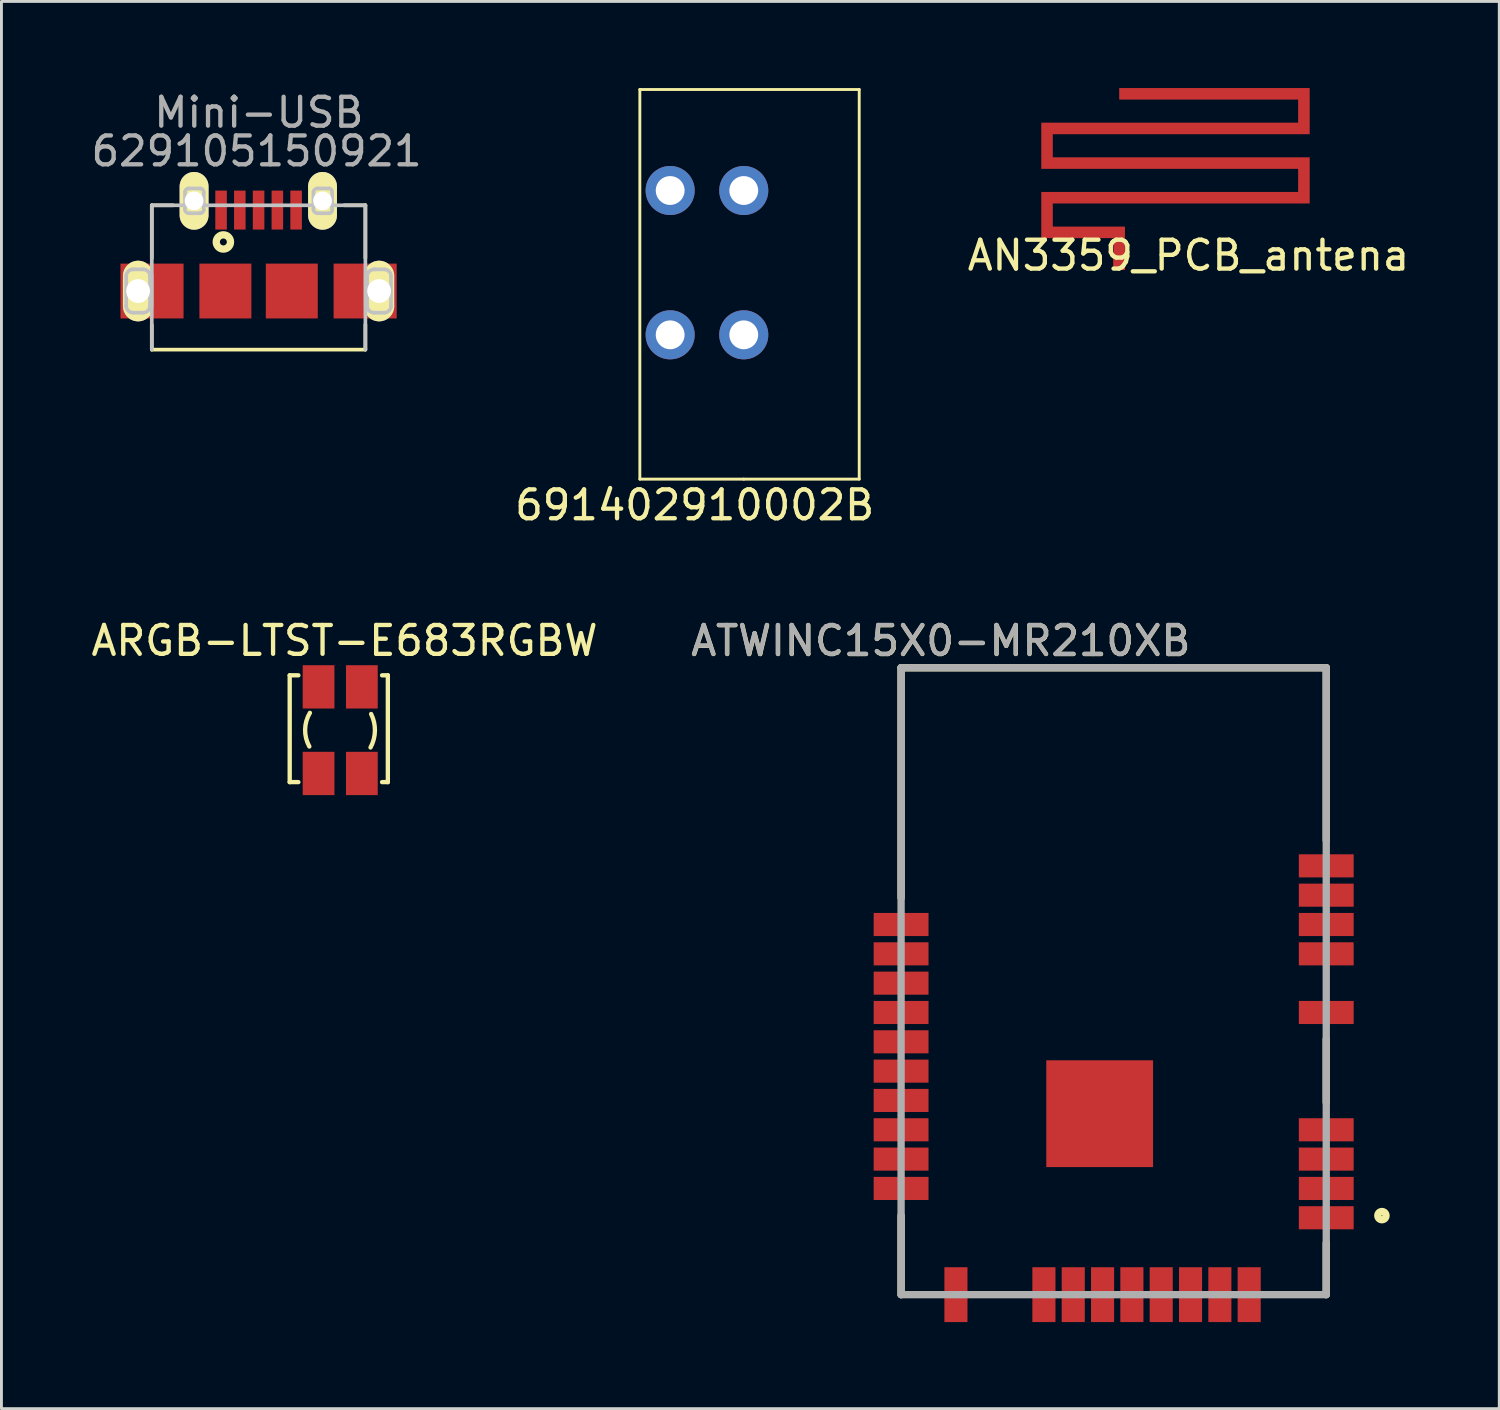
<source format=kicad_pcb>
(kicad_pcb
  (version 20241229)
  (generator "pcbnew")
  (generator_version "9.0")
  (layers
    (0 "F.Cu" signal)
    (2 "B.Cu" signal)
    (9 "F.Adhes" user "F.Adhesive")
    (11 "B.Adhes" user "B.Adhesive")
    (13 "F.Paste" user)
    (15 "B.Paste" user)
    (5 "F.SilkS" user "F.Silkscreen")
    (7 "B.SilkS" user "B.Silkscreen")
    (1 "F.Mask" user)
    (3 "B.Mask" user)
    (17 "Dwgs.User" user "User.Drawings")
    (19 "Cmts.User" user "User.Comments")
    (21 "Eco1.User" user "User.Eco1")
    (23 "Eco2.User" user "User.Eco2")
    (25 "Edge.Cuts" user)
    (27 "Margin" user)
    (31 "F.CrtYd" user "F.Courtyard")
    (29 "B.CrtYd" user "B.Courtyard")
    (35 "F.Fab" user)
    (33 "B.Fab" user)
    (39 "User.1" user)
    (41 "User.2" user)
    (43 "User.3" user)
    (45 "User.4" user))
  (footprint "629105150921"
    (layer "F.Cu")
    (at 5.849 6.908)
    (property "Reference" "629105150921" (at -0.01 -4.72 0) (layer "F.Fab") (effects (font (size 1 1) (thickness 0.15))))
    (attr smd)
    (fp_line (start -3.64 -2.845) (end -3.64 -1.005) (stroke (width 0.127) (type solid)) (layer "F.SilkS"))
    (fp_line (start -3.64 1.295) (end -3.64 2.155) (stroke (width 0.127) (type solid)) (layer "F.SilkS"))
    (fp_line (start -3.64 2.155) (end 3.76 2.155) (stroke (width 0.127) (type solid)) (layer "F.SilkS"))
    (fp_line (start -2.9 -2.845) (end -3.64 -2.845) (stroke (width 0.127) (type solid)) (layer "F.SilkS"))
    (fp_line (start 3.025 -2.845) (end 3.76 -2.845) (stroke (width 0.127) (type solid)) (layer "F.SilkS"))
    (fp_line (start 3.76 -2.845) (end 3.76 -1.015) (stroke (width 0.127) (type solid)) (layer "F.SilkS"))
    (fp_line (start 3.76 1.285) (end 3.76 2.155) (stroke (width 0.127) (type solid)) (layer "F.SilkS"))
    (fp_circle (center -1.16 -1.575) (end -1.04 -1.575) (stroke (width 0.254) (type solid)) (fill no) (layer "F.SilkS"))
    (fp_line (start -4.527 -0.395) (end -4.527 0.665) (stroke (width 0.127) (type solid)) (layer "Dwgs.User"))
    (fp_line (start -4.29 -0.625) (end -4.26 -0.625) (stroke (width 0.127) (type solid)) (layer "Dwgs.User"))
    (fp_line (start -4.29 0.875) (end -3.94 0.875) (stroke (width 0.127) (type solid)) (layer "Dwgs.User"))
    (fp_line (start -4.25 -0.625) (end -3.94 -0.625) (stroke (width 0.127) (type solid)) (layer "Dwgs.User"))
    (fp_line (start -3.703 -0.395) (end -3.703 0.655) (stroke (width 0.127) (type solid)) (layer "Dwgs.User"))
    (fp_line (start -3.64 -2.845) (end 3.76 -2.845) (stroke (width 0.127) (type solid)) (layer "Dwgs.User"))
    (fp_line (start -3.64 2.155) (end -3.64 -2.845) (stroke (width 0.127) (type solid)) (layer "Dwgs.User"))
    (fp_line (start -2.49 -3.3) (end -2.49 -2.7) (stroke (width 0.127) (type solid)) (layer "Dwgs.User"))
    (fp_line (start -2.36 -3.43) (end -1.97 -3.43) (stroke (width 0.127) (type solid)) (layer "Dwgs.User"))
    (fp_line (start -2.36 -2.57) (end -1.97 -2.57) (stroke (width 0.127) (type solid)) (layer "Dwgs.User"))
    (fp_line (start -1.84 -3.3) (end -1.84 -2.7) (stroke (width 0.127) (type solid)) (layer "Dwgs.User"))
    (fp_line (start 1.96 -3.3) (end 1.96 -2.7) (stroke (width 0.127) (type solid)) (layer "Dwgs.User"))
    (fp_line (start 2.12 -3.43) (end 2.51 -3.43) (stroke (width 0.127) (type solid)) (layer "Dwgs.User"))
    (fp_line (start 2.12 -2.57) (end 2.51 -2.57) (stroke (width 0.127) (type solid)) (layer "Dwgs.User"))
    (fp_line (start 2.61 -3.3) (end 2.61 -2.7) (stroke (width 0.127) (type solid)) (layer "Dwgs.User"))
    (fp_line (start 3.76 2.155) (end 3.76 -2.845) (stroke (width 0.127) (type solid)) (layer "Dwgs.User"))
    (fp_line (start 3.822 -0.395) (end 3.822 0.665) (stroke (width 0.127) (type solid)) (layer "Dwgs.User"))
    (fp_line (start 4.06 -0.625) (end 4.09 -0.625) (stroke (width 0.127) (type solid)) (layer "Dwgs.User"))
    (fp_line (start 4.06 0.875) (end 4.41 0.875) (stroke (width 0.127) (type solid)) (layer "Dwgs.User"))
    (fp_line (start 4.1 -0.625) (end 4.41 -0.625) (stroke (width 0.127) (type solid)) (layer "Dwgs.User"))
    (fp_line (start 4.647 -0.395) (end 4.647 0.655) (stroke (width 0.127) (type solid)) (layer "Dwgs.User"))
    (fp_arc (start -4.53 -0.385) (mid -4.459706 -0.554706) (end -4.29 -0.625) (stroke (width 0.127) (type solid)) (layer "Dwgs.User"))
    (fp_arc (start -4.29 0.875) (mid -4.459706 0.804706) (end -4.53 0.635) (stroke (width 0.127) (type solid)) (layer "Dwgs.User"))
    (fp_arc (start -3.94 -0.625) (mid -3.770294 -0.554706) (end -3.7 -0.385) (stroke (width 0.127) (type solid)) (layer "Dwgs.User"))
    (fp_arc (start -3.7 0.635) (mid -3.770294 0.804706) (end -3.94 0.875) (stroke (width 0.127) (type solid)) (layer "Dwgs.User"))
    (fp_arc (start -2.49 -3.3) (mid -2.451924 -3.391924) (end -2.36 -3.43) (stroke (width 0.127) (type solid)) (layer "Dwgs.User"))
    (fp_arc (start -2.36 -2.57) (mid -2.451924 -2.608076) (end -2.49 -2.7) (stroke (width 0.127) (type solid)) (layer "Dwgs.User"))
    (fp_arc (start -1.97 -3.43) (mid -1.878076 -3.391924) (end -1.84 -3.3) (stroke (width 0.127) (type solid)) (layer "Dwgs.User"))
    (fp_arc (start -1.84 -2.7) (mid -1.878076 -2.608076) (end -1.97 -2.57) (stroke (width 0.127) (type solid)) (layer "Dwgs.User"))
    (fp_arc (start 1.96 -3.3) (mid 2.013076 -3.398137) (end 2.12 -3.43) (stroke (width 0.127) (type solid)) (layer "Dwgs.User"))
    (fp_arc (start 2.12 -2.57) (mid 2.013076 -2.601863) (end 1.96 -2.7) (stroke (width 0.127) (type solid)) (layer "Dwgs.User"))
    (fp_arc (start 2.51 -3.43) (mid 2.586924 -3.385711) (end 2.61 -3.3) (stroke (width 0.127) (type solid)) (layer "Dwgs.User"))
    (fp_arc (start 2.61 -2.7) (mid 2.586924 -2.614289) (end 2.51 -2.57) (stroke (width 0.127) (type solid)) (layer "Dwgs.User"))
    (fp_arc (start 3.82 -0.385) (mid 3.890294 -0.554706) (end 4.06 -0.625) (stroke (width 0.127) (type solid)) (layer "Dwgs.User"))
    (fp_arc (start 4.06 0.875) (mid 3.890294 0.804706) (end 3.82 0.635) (stroke (width 0.127) (type solid)) (layer "Dwgs.User"))
    (fp_arc (start 4.41 -0.625) (mid 4.579706 -0.554706) (end 4.65 -0.385) (stroke (width 0.127) (type solid)) (layer "Dwgs.User"))
    (fp_arc (start 4.65 0.635) (mid 4.579706 0.804706) (end 4.41 0.875) (stroke (width 0.127) (type solid)) (layer "Dwgs.User"))
    (fp_text user "Mini-USB" (at 0.07 -6.06 0) (layer "F.Fab") (effects (font (size 1 1) (thickness 0.15))))
    (pad "1" smd rect (at -1.24 -2.68) (size 0.4 1.35) (layers "F.Cu" "F.Mask" "F.Paste"))
    (pad "2" smd rect (at -0.59 -2.68) (size 0.4 1.35) (layers "F.Cu" "F.Mask" "F.Paste"))
    (pad "3" smd rect (at 0.06 -2.68) (size 0.4 1.35) (layers "F.Cu" "F.Mask" "F.Paste"))
    (pad "4" smd rect (at 0.71 -2.68) (size 0.4 1.35) (layers "F.Cu" "F.Mask" "F.Paste"))
    (pad "5" smd rect (at 1.36 -2.68) (size 0.4 1.35) (layers "F.Cu" "F.Mask" "F.Paste"))
    (pad "SGEL" smd rect (at 1.21 0.125 180) (size 1.8 1.9) (layers "F.Cu" "F.Mask" "F.Paste"))
    (pad "SHEL" thru_hole oval (at -4.115 0.125 90) (size 2.1 1.05) (drill 0.825) (layers "*.Cu" "*.Mask" "F.SilkS"))
    (pad "SHEL" smd rect (at -3.632 0.125) (size 2.185 1.9) (layers "F.Cu" "F.Mask" "F.Paste"))
    (pad "SHEL" thru_hole oval (at -2.175 -3 90) (size 2 1) (drill 0.65) (layers "*.Cu" "*.Mask" "F.SilkS"))
    (pad "SHEL" smd rect (at -1.09 0.125 180) (size 1.8 1.9) (layers "F.Cu" "F.Mask" "F.Paste"))
    (pad "SHEL" thru_hole oval (at 2.275 -3 90) (size 2 1) (drill 0.65) (layers "*.Cu" "*.Mask" "F.SilkS"))
    (pad "SHEL" smd rect (at 3.752 0.125) (size 2.185 1.9) (layers "F.Cu" "F.Mask" "F.Paste"))
    (pad "SHEL" thru_hole oval (at 4.235 0.125 90) (size 2.1 1.05) (drill 0.825) (layers "*.Cu" "*.Mask" "F.SilkS")))
  (footprint "ATWINC15X0-MR210XB"
    (layer "F.Cu")
    (at 42.899 41.804)
    (property "Reference" "ATWINC15X0-MR210XB" (at -13.35 -22.65 0) (layer "F.SilkS") (effects (font (size 1 1) (thickness 0.15))))
    (attr smd)
    (fp_line (start -14.73 -21.72) (end -14.73 -13.75) (stroke (width 0.254) (type solid)) (layer "F.SilkS"))
    (fp_line (start -14.73 0) (end -14.73 -2.738) (stroke (width 0.254) (type solid)) (layer "F.SilkS"))
    (fp_line (start 0 -21.72) (end -14.73 -21.72) (stroke (width 0.254) (type solid)) (layer "F.SilkS"))
    (fp_line (start 0 -21.72) (end 0 -15.738) (stroke (width 0.254) (type solid)) (layer "F.SilkS"))
    (fp_line (start 0 -8.849) (end 0 -6.659) (stroke (width 0.254) (type solid)) (layer "F.SilkS"))
    (fp_line (start 0 0) (end 0 -1.785) (stroke (width 0.254) (type solid)) (layer "F.SilkS"))
    (fp_circle (center 1.928 -2.738) (end 1.928 -2.596) (stroke (width 0.254) (type solid)) (fill no) (layer "F.SilkS"))
    (fp_line (start -14.73 -21.72) (end 0 -21.72) (stroke (width 0.254) (type solid)) (layer "F.Fab"))
    (fp_line (start -14.73 0) (end -14.73 -21.72) (stroke (width 0.254) (type solid)) (layer "F.Fab"))
    (fp_line (start 0 -21.72) (end 0 0) (stroke (width 0.254) (type solid)) (layer "F.Fab"))
    (fp_line (start 0 0) (end -14.73 0) (stroke (width 0.254) (type solid)) (layer "F.Fab"))
    (fp_text user "${REFERENCE}" (at -13.357 -22.657 0) (layer "F.Fab") (effects (font (size 1 1) (thickness 0.15))))
    (pad "1" smd rect (at 0 -2.664 90) (size 0.8 1.9) (layers "F.Cu" "F.Mask" "F.Paste"))
    (pad "2" smd rect (at 0 -3.68 90) (size 0.8 1.9) (layers "F.Cu" "F.Mask" "F.Paste"))
    (pad "3" smd rect (at 0 -4.696 90) (size 0.8 1.9) (layers "F.Cu" "F.Mask" "F.Paste"))
    (pad "4" smd rect (at 0 -5.712 90) (size 0.8 1.9) (layers "F.Cu" "F.Mask" "F.Paste"))
    (pad "5" smd rect (at 0 -9.776 90) (size 0.8 1.9) (layers "F.Cu" "F.Mask" "F.Paste"))
    (pad "6" smd rect (at 0 -11.808 90) (size 0.8 1.9) (layers "F.Cu" "F.Mask" "F.Paste"))
    (pad "7" smd rect (at 0 -12.824 90) (size 0.8 1.9) (layers "F.Cu" "F.Mask" "F.Paste"))
    (pad "8" smd rect (at 0 -13.84 90) (size 0.8 1.9) (layers "F.Cu" "F.Mask" "F.Paste"))
    (pad "9" smd rect (at 0 -14.856 90) (size 0.8 1.9) (layers "F.Cu" "F.Mask" "F.Paste"))
    (pad "10" smd rect (at -14.73 -12.824 90) (size 0.8 1.9) (layers "F.Cu" "F.Mask" "F.Paste"))
    (pad "11" smd rect (at -14.73 -11.808 90) (size 0.8 1.9) (layers "F.Cu" "F.Mask" "F.Paste"))
    (pad "12" smd rect (at -14.73 -10.792 90) (size 0.8 1.9) (layers "F.Cu" "F.Mask" "F.Paste"))
    (pad "13" smd rect (at -14.73 -9.776 90) (size 0.8 1.9) (layers "F.Cu" "F.Mask" "F.Paste"))
    (pad "14" smd rect (at -14.73 -8.76 90) (size 0.8 1.9) (layers "F.Cu" "F.Mask" "F.Paste"))
    (pad "15" smd rect (at -14.73 -7.744 90) (size 0.8 1.9) (layers "F.Cu" "F.Mask" "F.Paste"))
    (pad "16" smd rect (at -14.73 -6.728 90) (size 0.8 1.9) (layers "F.Cu" "F.Mask" "F.Paste"))
    (pad "17" smd rect (at -14.73 -5.712 90) (size 0.8 1.9) (layers "F.Cu" "F.Mask" "F.Paste"))
    (pad "18" smd rect (at -14.73 -4.696 90) (size 0.8 1.9) (layers "F.Cu" "F.Mask" "F.Paste"))
    (pad "19" smd rect (at -14.73 -3.68 90) (size 0.8 1.9) (layers "F.Cu" "F.Mask" "F.Paste"))
    (pad "20" smd rect (at -12.83 0) (size 0.8 1.9) (layers "F.Cu" "F.Mask" "F.Paste"))
    (pad "21" smd rect (at -9.782 0) (size 0.8 1.9) (layers "F.Cu" "F.Mask" "F.Paste"))
    (pad "22" smd rect (at -8.766 0) (size 0.8 1.9) (layers "F.Cu" "F.Mask" "F.Paste"))
    (pad "23" smd rect (at -7.75 0) (size 0.8 1.9) (layers "F.Cu" "F.Mask" "F.Paste"))
    (pad "24" smd rect (at -6.734 0) (size 0.8 1.9) (layers "F.Cu" "F.Mask" "F.Paste"))
    (pad "25" smd rect (at -5.718 0) (size 0.8 1.9) (layers "F.Cu" "F.Mask" "F.Paste"))
    (pad "26" smd rect (at -4.702 0) (size 0.8 1.9) (layers "F.Cu" "F.Mask" "F.Paste"))
    (pad "27" smd rect (at -3.686 0) (size 0.8 1.9) (layers "F.Cu" "F.Mask" "F.Paste"))
    (pad "28" smd rect (at -2.67 0) (size 0.8 1.9) (layers "F.Cu" "F.Mask" "F.Paste"))
    (pad "29" smd rect (at -7.85 -6.27 90) (size 3.7 3.7) (layers "F.Cu" "F.Mask" "F.Paste")))
  (footprint "691402910002B"
    (layer "F.Cu")
    (at 22.718 8.55)
    (property "Reference" "691402910002B" (at -1.7 5.9 0) (layer "F.SilkS") (effects (font (size 1 1) (thickness 0.15))))
    (attr through_hole)
    (fp_line (start -3.6 -8.5) (end -3.6 5) (stroke (width 0.1) (type solid)) (layer "F.SilkS"))
    (fp_line (start -3.6 5) (end 0 5) (stroke (width 0.1) (type solid)) (layer "F.SilkS"))
    (fp_line (start 0 5) (end 4 5) (stroke (width 0.1) (type solid)) (layer "F.SilkS"))
    (fp_line (start 4 -8.5) (end -3.6 -8.5) (stroke (width 0.1) (type solid)) (layer "F.SilkS"))
    (fp_line (start 4 5) (end 4 -8.5) (stroke (width 0.1) (type solid)) (layer "F.SilkS"))
    (pad "1" thru_hole circle (at 0 -5) (size 1.7 1.7) (drill 1) (layers "*.Cu" "*.Mask"))
    (pad "1" thru_hole circle (at 0 0) (size 1.7 1.7) (drill 1) (layers "*.Cu" "*.Mask"))
    (pad "2" thru_hole circle (at -2.55 -5) (size 1.7 1.7) (drill 1) (layers "*.Cu" "*.Mask"))
    (pad "2" thru_hole circle (at -2.55 0) (size 1.7 1.7) (drill 1) (layers "*.Cu" "*.Mask")))
  (footprint "AN3359_PCB_antena"
    (layer "F.Cu")
    (at 35.725 6.3)
    (property "Reference" "AN3359_PCB_antena" (at 2.4 -0.5 0) (layer "F.SilkS") (effects (font (size 1 1) (thickness 0.15))))
    (attr through_hole)
    (fp_poly (pts (xy 0.2 0) (xy 0.2 -1) (xy 0.2 -1.1) (xy 0.2 -1.5) (xy -2.3 -1.5) (xy -2.3 -2.3) (xy 6.6 -2.3) (xy 6.6 -3.9) (xy -2.3 -3.9) (xy -2.3 -4.7) (xy 6.6 -4.7) (xy 6.6 -6.3) (xy 0 -6.3) (xy 0 -5.9) (xy 6.2 -5.9) (xy 6.2 -5.1) (xy -2.7 -5.1) (xy -2.7 -3.9) (xy -2.7 -3.5) (xy 6.2 -3.5) (xy 6.2 -2.7) (xy -2.7 -2.7) (xy -2.7 -1.1) (xy -0.2 -1.1) (xy -0.2 0)) (stroke (width 0.0001) (type solid)) (fill yes) (layer "F.Cu"))
    (pad "1" smd rect (at 0 -0.2) (size 0.4 0.4) (layers "F.Cu")))
  (footprint "ARGB-LTST-E683RGBW"
    (layer "F.Cu")
    (at 7.987 20.747)
    (property "Reference" "ARGB-LTST-E683RGBW" (at 0.9 -1.6 0) (layer "F.SilkS") (effects (font (size 1 1) (thickness 0.15))))
    (attr through_hole)
    (fp_line (start -1 -0.4) (end -0.7 -0.4) (stroke (width 0.15) (type solid)) (layer "F.SilkS"))
    (fp_line (start -1 3.3) (end -1 -0.4) (stroke (width 0.15) (type solid)) (layer "F.SilkS"))
    (fp_line (start -1 3.3) (end -0.7 3.3) (stroke (width 0.15) (type solid)) (layer "F.SilkS"))
    (fp_line (start 2.2 -0.4) (end 2.4 -0.4) (stroke (width 0.15) (type solid)) (layer "F.SilkS"))
    (fp_line (start 2.4 -0.4) (end 2.4 3.3) (stroke (width 0.15) (type solid)) (layer "F.SilkS"))
    (fp_line (start 2.4 3.3) (end 2.2 3.3) (stroke (width 0.15) (type solid)) (layer "F.SilkS"))
    (fp_arc (start -0.319432 2.066352) (mid -0.466027 1.480572) (end -0.299999 0.900001) (stroke (width 0.15) (type solid)) (layer "F.SilkS"))
    (fp_arc (start 1.820713 0.939643) (mid 1.952796 1.522364) (end 1.799999 2.099999) (stroke (width 0.15) (type solid)) (layer "F.SilkS"))
    (pad "1" smd rect (at 1.5 0) (size 1.1 1.5) (layers "F.Cu" "F.Mask" "F.Paste"))
    (pad "2" smd rect (at 1.5 3) (size 1.1 1.5) (layers "F.Cu" "F.Mask" "F.Paste"))
    (pad "3" smd rect (at 0 3) (size 1.1 1.5) (layers "F.Cu" "F.Mask" "F.Paste"))
    (pad "4" smd rect (at 0 0) (size 1.1 1.5) (layers "F.Cu" "F.Mask" "F.Paste")))
  (gr_rect
    (start -3 -3)
    (end 48.893 45.754)
    (stroke (width 0.1) (type default))
    (fill no)
    (layer "Edge.Cuts")))
</source>
